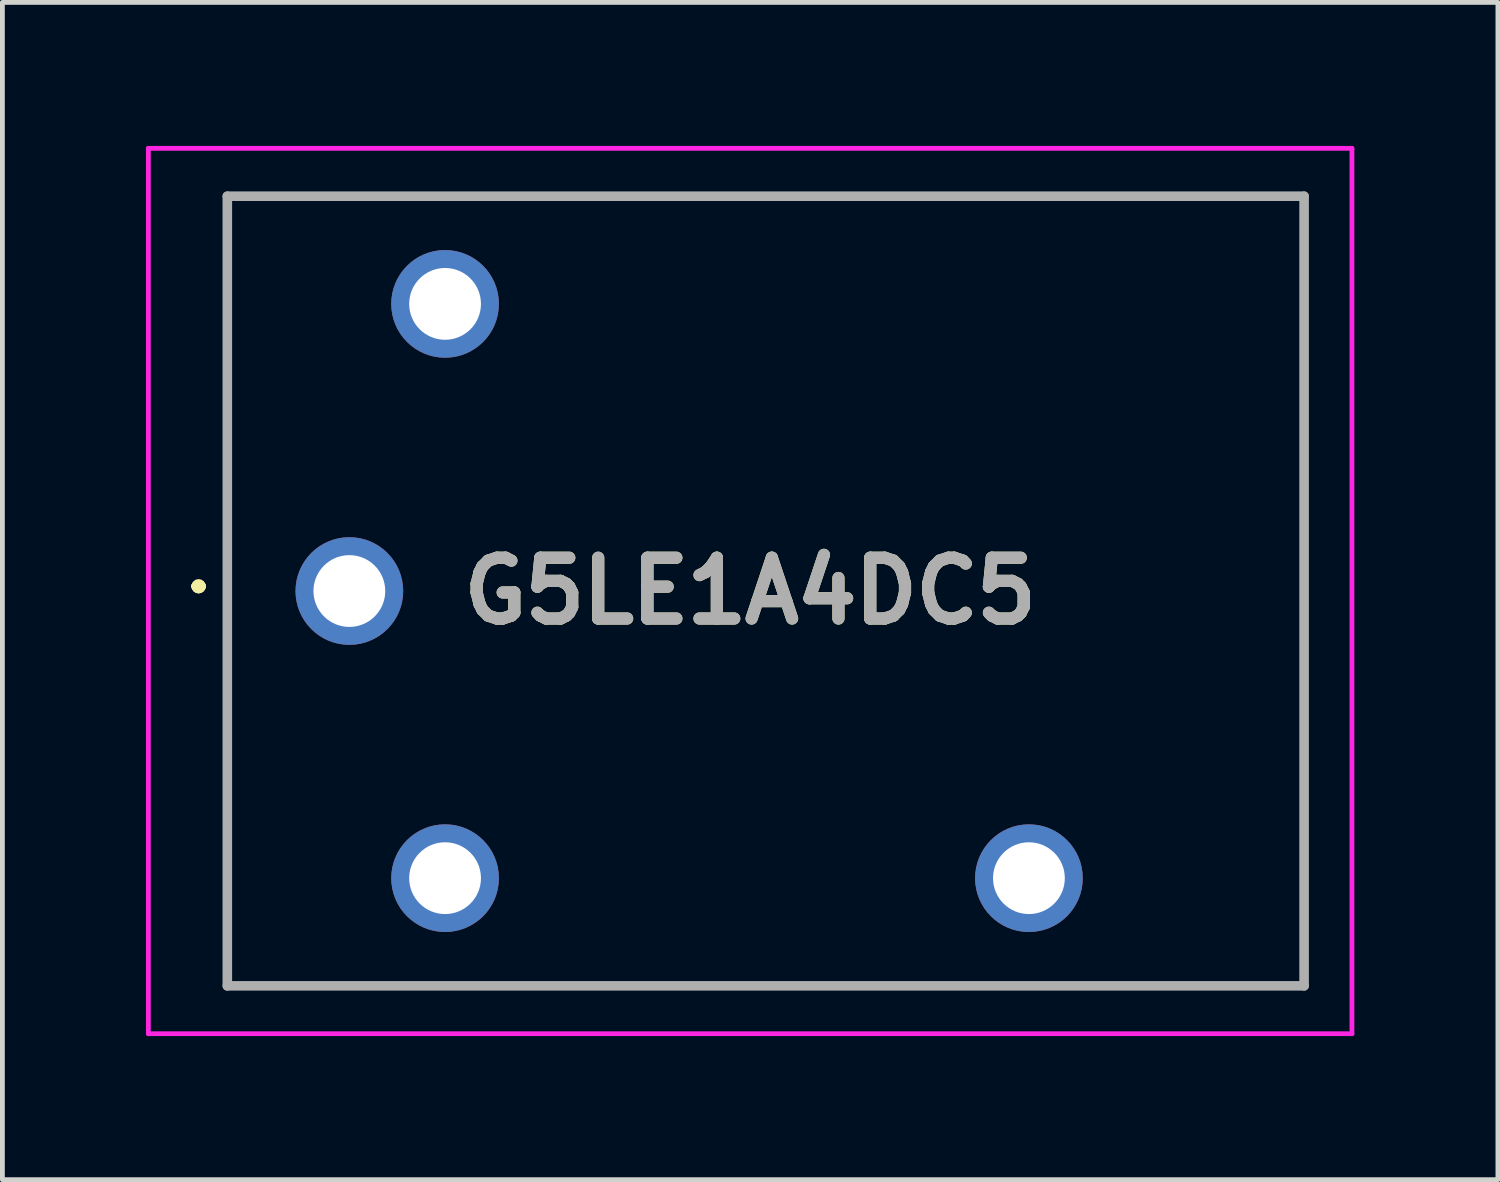
<source format=kicad_pcb>
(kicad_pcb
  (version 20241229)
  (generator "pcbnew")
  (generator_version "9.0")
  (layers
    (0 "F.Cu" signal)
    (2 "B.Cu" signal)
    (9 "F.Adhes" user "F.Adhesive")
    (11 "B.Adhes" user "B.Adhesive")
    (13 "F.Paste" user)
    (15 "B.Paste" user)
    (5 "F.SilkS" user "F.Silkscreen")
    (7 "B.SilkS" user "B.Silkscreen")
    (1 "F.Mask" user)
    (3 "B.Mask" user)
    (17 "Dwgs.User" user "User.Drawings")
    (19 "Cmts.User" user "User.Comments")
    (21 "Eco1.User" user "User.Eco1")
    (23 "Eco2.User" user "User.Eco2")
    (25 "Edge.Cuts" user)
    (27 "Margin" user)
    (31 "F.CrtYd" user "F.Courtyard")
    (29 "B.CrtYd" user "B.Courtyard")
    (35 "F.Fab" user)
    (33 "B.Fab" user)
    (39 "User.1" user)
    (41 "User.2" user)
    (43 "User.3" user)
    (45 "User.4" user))
  (footprint "G5LE1A4DC5"
    (layer "F.Cu")
    (at 4.25 9.3)
    (property "Reference" "G5LE1A4DC5" (at 8.375 0 0) (layer "F.SilkS") (effects (font (size 1.27 1.27) (thickness 0.254))))
    (attr through_hole)
    (fp_line (start -3.2 -0.1) (end -3.2 -0.1) (stroke (width 0.2) (type solid)) (layer "F.SilkS"))
    (fp_line (start -3.2 -0.1) (end -3.2 -0.1) (stroke (width 0.2) (type solid)) (layer "F.SilkS"))
    (fp_line (start -3.1 -0.1) (end -3.1 -0.1) (stroke (width 0.2) (type solid)) (layer "F.SilkS"))
    (fp_line (start -2.55 -8.25) (end -2.55 8.25) (stroke (width 0.1) (type solid)) (layer "F.SilkS"))
    (fp_line (start -2.55 8.25) (end 19.95 8.25) (stroke (width 0.1) (type solid)) (layer "F.SilkS"))
    (fp_line (start 19.95 -8.25) (end -2.55 -8.25) (stroke (width 0.1) (type solid)) (layer "F.SilkS"))
    (fp_line (start 19.95 8.25) (end 19.95 -8.25) (stroke (width 0.1) (type solid)) (layer "F.SilkS"))
    (fp_arc (start -3.2 -0.1) (mid -3.15 -0.15) (end -3.1 -0.1) (stroke (width 0.2) (type solid)) (layer "F.SilkS"))
    (fp_arc (start -3.1 -0.1) (mid -3.15 -0.05) (end -3.2 -0.1) (stroke (width 0.2) (type solid)) (layer "F.SilkS"))
    (fp_arc (start -3.1 -0.1) (mid -3.15 -0.05) (end -3.2 -0.1) (stroke (width 0.2) (type solid)) (layer "F.SilkS"))
    (fp_line (start -4.2 -9.25) (end -4.2 9.25) (stroke (width 0.1) (type solid)) (layer "F.CrtYd"))
    (fp_line (start -4.2 9.25) (end 20.95 9.25) (stroke (width 0.1) (type solid)) (layer "F.CrtYd"))
    (fp_line (start 20.95 -9.25) (end -4.2 -9.25) (stroke (width 0.1) (type solid)) (layer "F.CrtYd"))
    (fp_line (start 20.95 9.25) (end 20.95 -9.25) (stroke (width 0.1) (type solid)) (layer "F.CrtYd"))
    (fp_line (start -2.55 -8.25) (end 19.95 -8.25) (stroke (width 0.2) (type solid)) (layer "F.Fab"))
    (fp_line (start -2.55 8.25) (end -2.55 -8.25) (stroke (width 0.2) (type solid)) (layer "F.Fab"))
    (fp_line (start 19.95 -8.25) (end 19.95 8.25) (stroke (width 0.2) (type solid)) (layer "F.Fab"))
    (fp_line (start 19.95 8.25) (end -2.55 8.25) (stroke (width 0.2) (type solid)) (layer "F.Fab"))
    (fp_text user "${REFERENCE}" (at 8.375 0 0) (layer "F.Fab") (effects (font (size 1.27 1.27) (thickness 0.254))))
    (pad "1" thru_hole circle (at 0 0) (size 2.25 2.25) (drill 1.5) (layers "*.Cu" "*.Mask"))
    (pad "2" thru_hole circle (at 2 6) (size 2.25 2.25) (drill 1.5) (layers "*.Cu" "*.Mask"))
    (pad "3" thru_hole circle (at 14.2 6) (size 2.25 2.25) (drill 1.5) (layers "*.Cu" "*.Mask"))
    (pad "5" thru_hole circle (at 2 -6) (size 2.25 2.25) (drill 1.5) (layers "*.Cu" "*.Mask")))
  (gr_rect
    (start -3 -3)
    (end 28.25 21.6)
    (stroke (width 0.1) (type default))
    (fill no)
    (layer "Edge.Cuts")))
</source>
